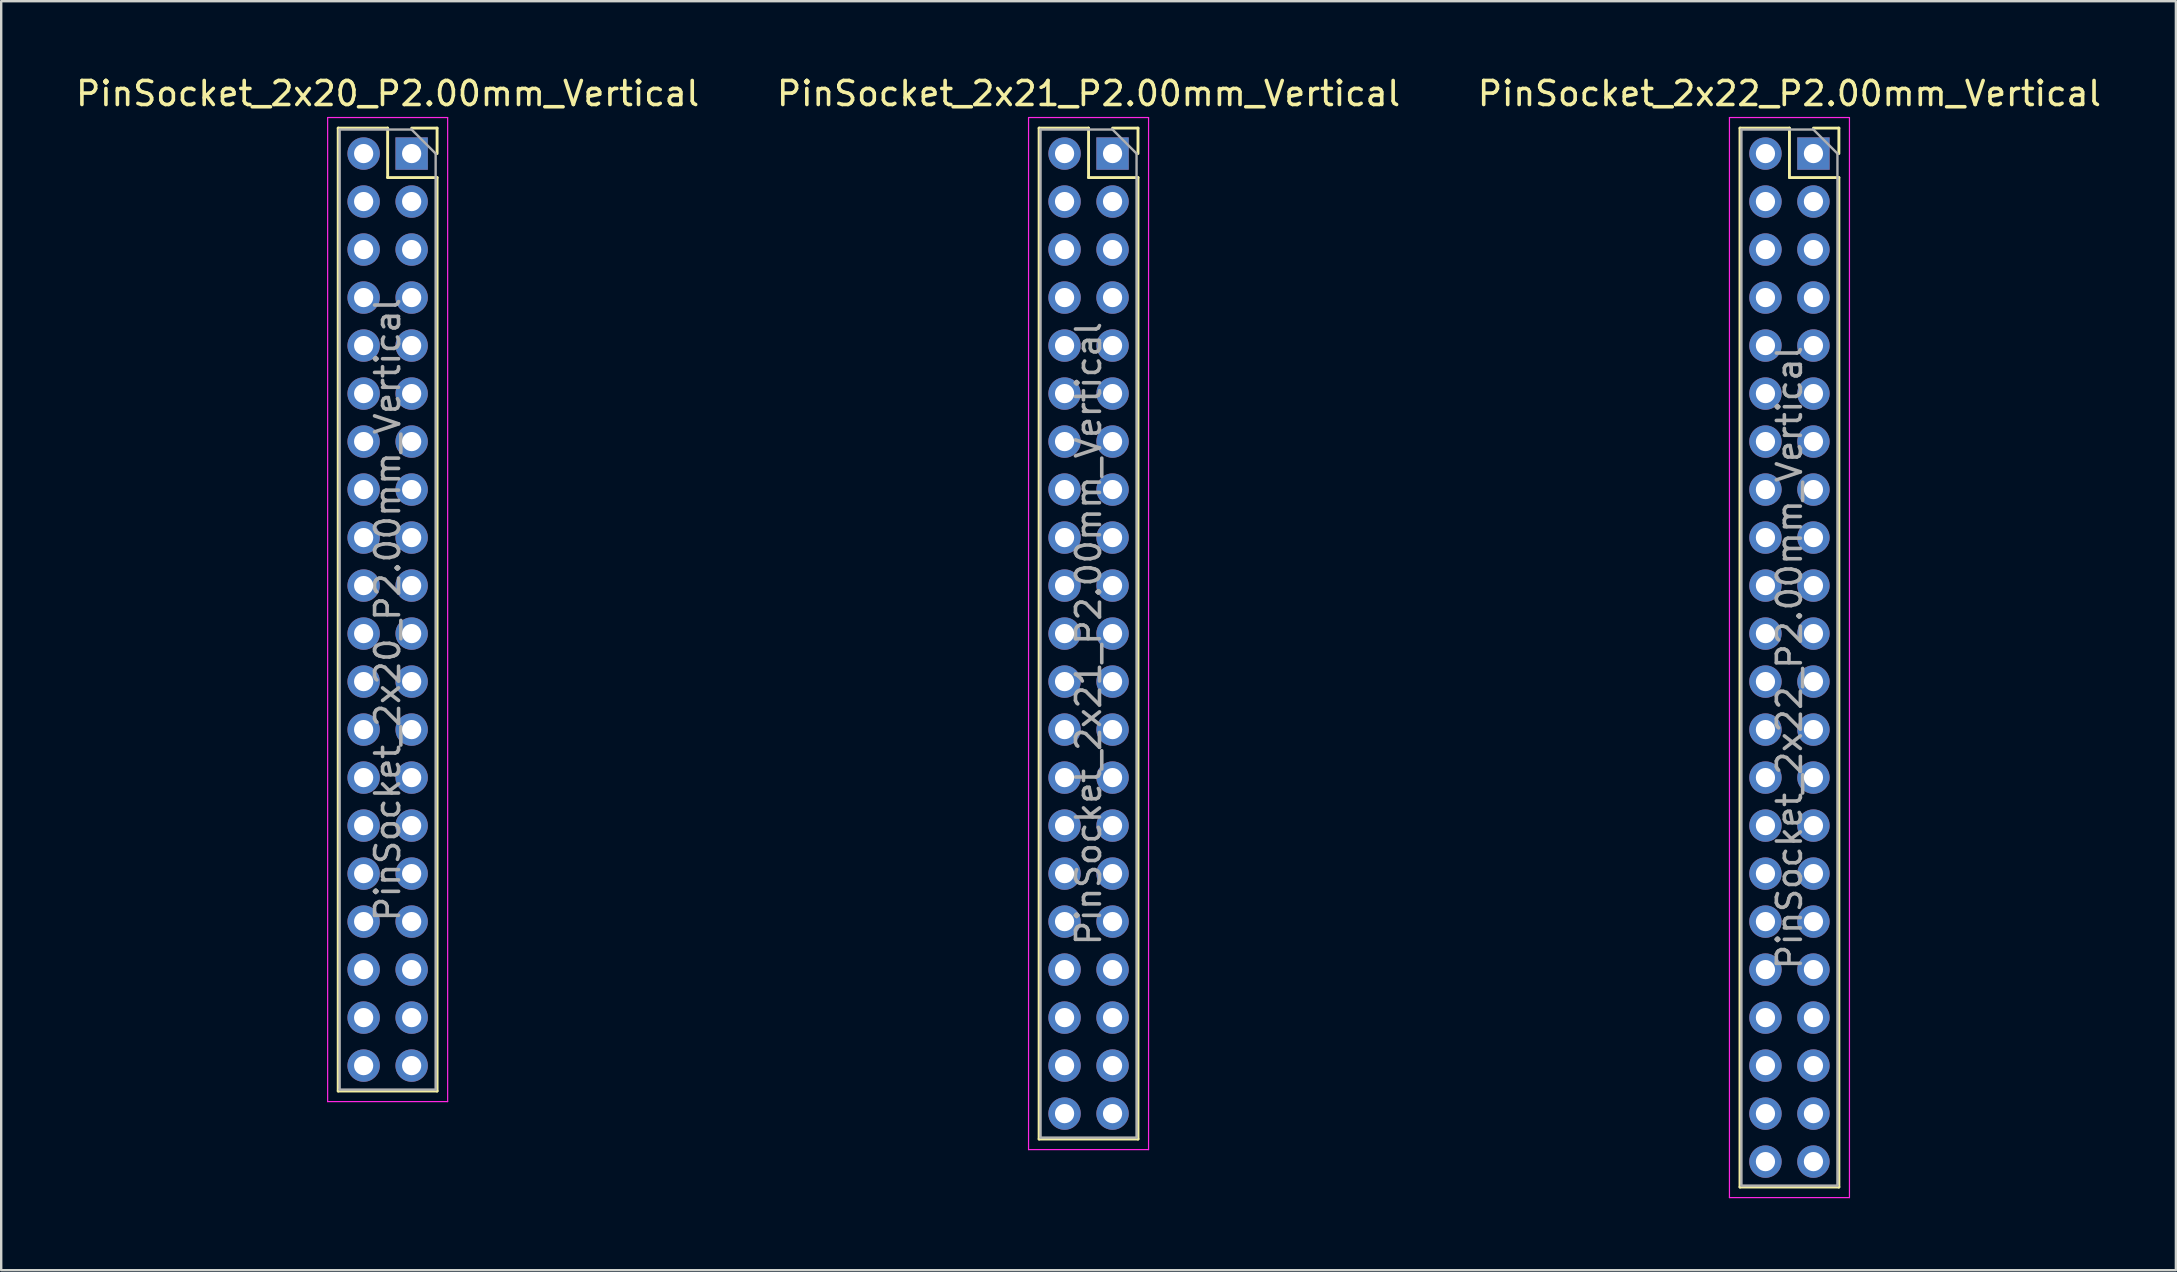
<source format=kicad_pcb>
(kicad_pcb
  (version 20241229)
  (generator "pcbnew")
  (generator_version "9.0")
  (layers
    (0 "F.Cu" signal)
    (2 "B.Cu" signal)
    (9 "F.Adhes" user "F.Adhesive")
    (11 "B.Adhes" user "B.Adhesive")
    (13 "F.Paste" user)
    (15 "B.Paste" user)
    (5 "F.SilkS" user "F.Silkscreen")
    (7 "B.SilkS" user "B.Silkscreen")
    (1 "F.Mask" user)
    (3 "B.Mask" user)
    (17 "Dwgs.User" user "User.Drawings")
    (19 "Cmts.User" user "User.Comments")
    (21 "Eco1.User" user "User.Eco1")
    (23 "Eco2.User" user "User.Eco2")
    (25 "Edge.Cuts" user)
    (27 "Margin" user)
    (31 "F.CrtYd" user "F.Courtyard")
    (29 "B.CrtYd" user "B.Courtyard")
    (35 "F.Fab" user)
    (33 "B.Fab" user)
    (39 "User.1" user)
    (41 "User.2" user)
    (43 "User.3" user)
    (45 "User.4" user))
  (footprint "PinSocket_2x22_P2.00mm_Vertical"
    (layer "F.Cu")
    (at 72.506 3.348)
    (property "Reference" "PinSocket_2x22_P2.00mm_Vertical" (at -1 -2.5 0) (layer "F.SilkS") (effects (font (size 1 1) (thickness 0.15))))
    (attr through_hole)
    (fp_line (start -3.06 -1.06) (end -3.06 43.06) (stroke (width 0.12) (type solid)) (layer "F.SilkS"))
    (fp_line (start -3.06 -1.06) (end -1 -1.06) (stroke (width 0.12) (type solid)) (layer "F.SilkS"))
    (fp_line (start -3.06 43.06) (end 1.06 43.06) (stroke (width 0.12) (type solid)) (layer "F.SilkS"))
    (fp_line (start -1 -1.06) (end -1 1) (stroke (width 0.12) (type solid)) (layer "F.SilkS"))
    (fp_line (start -1 1) (end 1.06 1) (stroke (width 0.12) (type solid)) (layer "F.SilkS"))
    (fp_line (start 0 -1.06) (end 1.06 -1.06) (stroke (width 0.12) (type solid)) (layer "F.SilkS"))
    (fp_line (start 1.06 -1.06) (end 1.06 0) (stroke (width 0.12) (type solid)) (layer "F.SilkS"))
    (fp_line (start 1.06 1) (end 1.06 43.06) (stroke (width 0.12) (type solid)) (layer "F.SilkS"))
    (fp_line (start -3.5 -1.5) (end 1.5 -1.5) (stroke (width 0.05) (type solid)) (layer "F.CrtYd"))
    (fp_line (start -3.5 43.5) (end -3.5 -1.5) (stroke (width 0.05) (type solid)) (layer "F.CrtYd"))
    (fp_line (start 1.5 -1.5) (end 1.5 43.5) (stroke (width 0.05) (type solid)) (layer "F.CrtYd"))
    (fp_line (start 1.5 43.5) (end -3.5 43.5) (stroke (width 0.05) (type solid)) (layer "F.CrtYd"))
    (fp_line (start -3 -1) (end 0 -1) (stroke (width 0.1) (type solid)) (layer "F.Fab"))
    (fp_line (start -3 43) (end -3 -1) (stroke (width 0.1) (type solid)) (layer "F.Fab"))
    (fp_line (start 0 -1) (end 1 0) (stroke (width 0.1) (type solid)) (layer "F.Fab"))
    (fp_line (start 1 0) (end 1 43) (stroke (width 0.1) (type solid)) (layer "F.Fab"))
    (fp_line (start 1 43) (end -3 43) (stroke (width 0.1) (type solid)) (layer "F.Fab"))
    (fp_text user "${REFERENCE}" (at -1 21 90) (layer "F.Fab") (effects (font (size 1 1) (thickness 0.15))))
    (pad "1" thru_hole rect (at 0 0) (size 1.35 1.35) (drill 0.8) (layers "*.Cu" "*.Mask"))
    (pad "2" thru_hole circle (at -2 0) (size 1.35 1.35) (drill 0.8) (layers "*.Cu" "*.Mask"))
    (pad "3" thru_hole circle (at 0 2) (size 1.35 1.35) (drill 0.8) (layers "*.Cu" "*.Mask"))
    (pad "4" thru_hole circle (at -2 2) (size 1.35 1.35) (drill 0.8) (layers "*.Cu" "*.Mask"))
    (pad "5" thru_hole circle (at 0 4) (size 1.35 1.35) (drill 0.8) (layers "*.Cu" "*.Mask"))
    (pad "6" thru_hole circle (at -2 4) (size 1.35 1.35) (drill 0.8) (layers "*.Cu" "*.Mask"))
    (pad "7" thru_hole circle (at 0 6) (size 1.35 1.35) (drill 0.8) (layers "*.Cu" "*.Mask"))
    (pad "8" thru_hole circle (at -2 6) (size 1.35 1.35) (drill 0.8) (layers "*.Cu" "*.Mask"))
    (pad "9" thru_hole circle (at 0 8) (size 1.35 1.35) (drill 0.8) (layers "*.Cu" "*.Mask"))
    (pad "10" thru_hole circle (at -2 8) (size 1.35 1.35) (drill 0.8) (layers "*.Cu" "*.Mask"))
    (pad "11" thru_hole circle (at 0 10) (size 1.35 1.35) (drill 0.8) (layers "*.Cu" "*.Mask"))
    (pad "12" thru_hole circle (at -2 10) (size 1.35 1.35) (drill 0.8) (layers "*.Cu" "*.Mask"))
    (pad "13" thru_hole circle (at 0 12) (size 1.35 1.35) (drill 0.8) (layers "*.Cu" "*.Mask"))
    (pad "14" thru_hole circle (at -2 12) (size 1.35 1.35) (drill 0.8) (layers "*.Cu" "*.Mask"))
    (pad "15" thru_hole circle (at 0 14) (size 1.35 1.35) (drill 0.8) (layers "*.Cu" "*.Mask"))
    (pad "16" thru_hole circle (at -2 14) (size 1.35 1.35) (drill 0.8) (layers "*.Cu" "*.Mask"))
    (pad "17" thru_hole circle (at 0 16) (size 1.35 1.35) (drill 0.8) (layers "*.Cu" "*.Mask"))
    (pad "18" thru_hole circle (at -2 16) (size 1.35 1.35) (drill 0.8) (layers "*.Cu" "*.Mask"))
    (pad "19" thru_hole circle (at 0 18) (size 1.35 1.35) (drill 0.8) (layers "*.Cu" "*.Mask"))
    (pad "20" thru_hole circle (at -2 18) (size 1.35 1.35) (drill 0.8) (layers "*.Cu" "*.Mask"))
    (pad "21" thru_hole circle (at 0 20) (size 1.35 1.35) (drill 0.8) (layers "*.Cu" "*.Mask"))
    (pad "22" thru_hole circle (at -2 20) (size 1.35 1.35) (drill 0.8) (layers "*.Cu" "*.Mask"))
    (pad "23" thru_hole circle (at 0 22) (size 1.35 1.35) (drill 0.8) (layers "*.Cu" "*.Mask"))
    (pad "24" thru_hole circle (at -2 22) (size 1.35 1.35) (drill 0.8) (layers "*.Cu" "*.Mask"))
    (pad "25" thru_hole circle (at 0 24) (size 1.35 1.35) (drill 0.8) (layers "*.Cu" "*.Mask"))
    (pad "26" thru_hole circle (at -2 24) (size 1.35 1.35) (drill 0.8) (layers "*.Cu" "*.Mask"))
    (pad "27" thru_hole circle (at 0 26) (size 1.35 1.35) (drill 0.8) (layers "*.Cu" "*.Mask"))
    (pad "28" thru_hole circle (at -2 26) (size 1.35 1.35) (drill 0.8) (layers "*.Cu" "*.Mask"))
    (pad "29" thru_hole circle (at 0 28) (size 1.35 1.35) (drill 0.8) (layers "*.Cu" "*.Mask"))
    (pad "30" thru_hole circle (at -2 28) (size 1.35 1.35) (drill 0.8) (layers "*.Cu" "*.Mask"))
    (pad "31" thru_hole circle (at 0 30) (size 1.35 1.35) (drill 0.8) (layers "*.Cu" "*.Mask"))
    (pad "32" thru_hole circle (at -2 30) (size 1.35 1.35) (drill 0.8) (layers "*.Cu" "*.Mask"))
    (pad "33" thru_hole circle (at 0 32) (size 1.35 1.35) (drill 0.8) (layers "*.Cu" "*.Mask"))
    (pad "34" thru_hole circle (at -2 32) (size 1.35 1.35) (drill 0.8) (layers "*.Cu" "*.Mask"))
    (pad "35" thru_hole circle (at 0 34) (size 1.35 1.35) (drill 0.8) (layers "*.Cu" "*.Mask"))
    (pad "36" thru_hole circle (at -2 34) (size 1.35 1.35) (drill 0.8) (layers "*.Cu" "*.Mask"))
    (pad "37" thru_hole circle (at 0 36) (size 1.35 1.35) (drill 0.8) (layers "*.Cu" "*.Mask"))
    (pad "38" thru_hole circle (at -2 36) (size 1.35 1.35) (drill 0.8) (layers "*.Cu" "*.Mask"))
    (pad "39" thru_hole circle (at 0 38) (size 1.35 1.35) (drill 0.8) (layers "*.Cu" "*.Mask"))
    (pad "40" thru_hole circle (at -2 38) (size 1.35 1.35) (drill 0.8) (layers "*.Cu" "*.Mask"))
    (pad "41" thru_hole circle (at 0 40) (size 1.35 1.35) (drill 0.8) (layers "*.Cu" "*.Mask"))
    (pad "42" thru_hole circle (at -2 40) (size 1.35 1.35) (drill 0.8) (layers "*.Cu" "*.Mask"))
    (pad "43" thru_hole circle (at 0 42) (size 1.35 1.35) (drill 0.8) (layers "*.Cu" "*.Mask"))
    (pad "44" thru_hole circle (at -2 42) (size 1.35 1.35) (drill 0.8) (layers "*.Cu" "*.Mask")))
  (footprint "PinSocket_2x20_P2.00mm_Vertical"
    (layer "F.Cu")
    (at 14.101 3.348)
    (property "Reference" "PinSocket_2x20_P2.00mm_Vertical" (at -1 -2.5 0) (layer "F.SilkS") (effects (font (size 1 1) (thickness 0.15))))
    (attr through_hole)
    (fp_line (start -3.06 -1.06) (end -3.06 39.06) (stroke (width 0.12) (type solid)) (layer "F.SilkS"))
    (fp_line (start -3.06 -1.06) (end -1 -1.06) (stroke (width 0.12) (type solid)) (layer "F.SilkS"))
    (fp_line (start -3.06 39.06) (end 1.06 39.06) (stroke (width 0.12) (type solid)) (layer "F.SilkS"))
    (fp_line (start -1 -1.06) (end -1 1) (stroke (width 0.12) (type solid)) (layer "F.SilkS"))
    (fp_line (start -1 1) (end 1.06 1) (stroke (width 0.12) (type solid)) (layer "F.SilkS"))
    (fp_line (start 0 -1.06) (end 1.06 -1.06) (stroke (width 0.12) (type solid)) (layer "F.SilkS"))
    (fp_line (start 1.06 -1.06) (end 1.06 0) (stroke (width 0.12) (type solid)) (layer "F.SilkS"))
    (fp_line (start 1.06 1) (end 1.06 39.06) (stroke (width 0.12) (type solid)) (layer "F.SilkS"))
    (fp_line (start -3.5 -1.5) (end 1.5 -1.5) (stroke (width 0.05) (type solid)) (layer "F.CrtYd"))
    (fp_line (start -3.5 39.5) (end -3.5 -1.5) (stroke (width 0.05) (type solid)) (layer "F.CrtYd"))
    (fp_line (start 1.5 -1.5) (end 1.5 39.5) (stroke (width 0.05) (type solid)) (layer "F.CrtYd"))
    (fp_line (start 1.5 39.5) (end -3.5 39.5) (stroke (width 0.05) (type solid)) (layer "F.CrtYd"))
    (fp_line (start -3 -1) (end 0 -1) (stroke (width 0.1) (type solid)) (layer "F.Fab"))
    (fp_line (start -3 39) (end -3 -1) (stroke (width 0.1) (type solid)) (layer "F.Fab"))
    (fp_line (start 0 -1) (end 1 0) (stroke (width 0.1) (type solid)) (layer "F.Fab"))
    (fp_line (start 1 0) (end 1 39) (stroke (width 0.1) (type solid)) (layer "F.Fab"))
    (fp_line (start 1 39) (end -3 39) (stroke (width 0.1) (type solid)) (layer "F.Fab"))
    (fp_text user "${REFERENCE}" (at -1 19 90) (layer "F.Fab") (effects (font (size 1 1) (thickness 0.15))))
    (pad "1" thru_hole rect (at 0 0) (size 1.35 1.35) (drill 0.8) (layers "*.Cu" "*.Mask"))
    (pad "2" thru_hole circle (at -2 0) (size 1.35 1.35) (drill 0.8) (layers "*.Cu" "*.Mask"))
    (pad "3" thru_hole circle (at 0 2) (size 1.35 1.35) (drill 0.8) (layers "*.Cu" "*.Mask"))
    (pad "4" thru_hole circle (at -2 2) (size 1.35 1.35) (drill 0.8) (layers "*.Cu" "*.Mask"))
    (pad "5" thru_hole circle (at 0 4) (size 1.35 1.35) (drill 0.8) (layers "*.Cu" "*.Mask"))
    (pad "6" thru_hole circle (at -2 4) (size 1.35 1.35) (drill 0.8) (layers "*.Cu" "*.Mask"))
    (pad "7" thru_hole circle (at 0 6) (size 1.35 1.35) (drill 0.8) (layers "*.Cu" "*.Mask"))
    (pad "8" thru_hole circle (at -2 6) (size 1.35 1.35) (drill 0.8) (layers "*.Cu" "*.Mask"))
    (pad "9" thru_hole circle (at 0 8) (size 1.35 1.35) (drill 0.8) (layers "*.Cu" "*.Mask"))
    (pad "10" thru_hole circle (at -2 8) (size 1.35 1.35) (drill 0.8) (layers "*.Cu" "*.Mask"))
    (pad "11" thru_hole circle (at 0 10) (size 1.35 1.35) (drill 0.8) (layers "*.Cu" "*.Mask"))
    (pad "12" thru_hole circle (at -2 10) (size 1.35 1.35) (drill 0.8) (layers "*.Cu" "*.Mask"))
    (pad "13" thru_hole circle (at 0 12) (size 1.35 1.35) (drill 0.8) (layers "*.Cu" "*.Mask"))
    (pad "14" thru_hole circle (at -2 12) (size 1.35 1.35) (drill 0.8) (layers "*.Cu" "*.Mask"))
    (pad "15" thru_hole circle (at 0 14) (size 1.35 1.35) (drill 0.8) (layers "*.Cu" "*.Mask"))
    (pad "16" thru_hole circle (at -2 14) (size 1.35 1.35) (drill 0.8) (layers "*.Cu" "*.Mask"))
    (pad "17" thru_hole circle (at 0 16) (size 1.35 1.35) (drill 0.8) (layers "*.Cu" "*.Mask"))
    (pad "18" thru_hole circle (at -2 16) (size 1.35 1.35) (drill 0.8) (layers "*.Cu" "*.Mask"))
    (pad "19" thru_hole circle (at 0 18) (size 1.35 1.35) (drill 0.8) (layers "*.Cu" "*.Mask"))
    (pad "20" thru_hole circle (at -2 18) (size 1.35 1.35) (drill 0.8) (layers "*.Cu" "*.Mask"))
    (pad "21" thru_hole circle (at 0 20) (size 1.35 1.35) (drill 0.8) (layers "*.Cu" "*.Mask"))
    (pad "22" thru_hole circle (at -2 20) (size 1.35 1.35) (drill 0.8) (layers "*.Cu" "*.Mask"))
    (pad "23" thru_hole circle (at 0 22) (size 1.35 1.35) (drill 0.8) (layers "*.Cu" "*.Mask"))
    (pad "24" thru_hole circle (at -2 22) (size 1.35 1.35) (drill 0.8) (layers "*.Cu" "*.Mask"))
    (pad "25" thru_hole circle (at 0 24) (size 1.35 1.35) (drill 0.8) (layers "*.Cu" "*.Mask"))
    (pad "26" thru_hole circle (at -2 24) (size 1.35 1.35) (drill 0.8) (layers "*.Cu" "*.Mask"))
    (pad "27" thru_hole circle (at 0 26) (size 1.35 1.35) (drill 0.8) (layers "*.Cu" "*.Mask"))
    (pad "28" thru_hole circle (at -2 26) (size 1.35 1.35) (drill 0.8) (layers "*.Cu" "*.Mask"))
    (pad "29" thru_hole circle (at 0 28) (size 1.35 1.35) (drill 0.8) (layers "*.Cu" "*.Mask"))
    (pad "30" thru_hole circle (at -2 28) (size 1.35 1.35) (drill 0.8) (layers "*.Cu" "*.Mask"))
    (pad "31" thru_hole circle (at 0 30) (size 1.35 1.35) (drill 0.8) (layers "*.Cu" "*.Mask"))
    (pad "32" thru_hole circle (at -2 30) (size 1.35 1.35) (drill 0.8) (layers "*.Cu" "*.Mask"))
    (pad "33" thru_hole circle (at 0 32) (size 1.35 1.35) (drill 0.8) (layers "*.Cu" "*.Mask"))
    (pad "34" thru_hole circle (at -2 32) (size 1.35 1.35) (drill 0.8) (layers "*.Cu" "*.Mask"))
    (pad "35" thru_hole circle (at 0 34) (size 1.35 1.35) (drill 0.8) (layers "*.Cu" "*.Mask"))
    (pad "36" thru_hole circle (at -2 34) (size 1.35 1.35) (drill 0.8) (layers "*.Cu" "*.Mask"))
    (pad "37" thru_hole circle (at 0 36) (size 1.35 1.35) (drill 0.8) (layers "*.Cu" "*.Mask"))
    (pad "38" thru_hole circle (at -2 36) (size 1.35 1.35) (drill 0.8) (layers "*.Cu" "*.Mask"))
    (pad "39" thru_hole circle (at 0 38) (size 1.35 1.35) (drill 0.8) (layers "*.Cu" "*.Mask"))
    (pad "40" thru_hole circle (at -2 38) (size 1.35 1.35) (drill 0.8) (layers "*.Cu" "*.Mask")))
  (footprint "PinSocket_2x21_P2.00mm_Vertical"
    (layer "F.Cu")
    (at 43.304 3.348)
    (property "Reference" "PinSocket_2x21_P2.00mm_Vertical" (at -1 -2.5 0) (layer "F.SilkS") (effects (font (size 1 1) (thickness 0.15))))
    (attr through_hole)
    (fp_line (start -3.06 -1.06) (end -3.06 41.06) (stroke (width 0.12) (type solid)) (layer "F.SilkS"))
    (fp_line (start -3.06 -1.06) (end -1 -1.06) (stroke (width 0.12) (type solid)) (layer "F.SilkS"))
    (fp_line (start -3.06 41.06) (end 1.06 41.06) (stroke (width 0.12) (type solid)) (layer "F.SilkS"))
    (fp_line (start -1 -1.06) (end -1 1) (stroke (width 0.12) (type solid)) (layer "F.SilkS"))
    (fp_line (start -1 1) (end 1.06 1) (stroke (width 0.12) (type solid)) (layer "F.SilkS"))
    (fp_line (start 0 -1.06) (end 1.06 -1.06) (stroke (width 0.12) (type solid)) (layer "F.SilkS"))
    (fp_line (start 1.06 -1.06) (end 1.06 0) (stroke (width 0.12) (type solid)) (layer "F.SilkS"))
    (fp_line (start 1.06 1) (end 1.06 41.06) (stroke (width 0.12) (type solid)) (layer "F.SilkS"))
    (fp_line (start -3.5 -1.5) (end 1.5 -1.5) (stroke (width 0.05) (type solid)) (layer "F.CrtYd"))
    (fp_line (start -3.5 41.5) (end -3.5 -1.5) (stroke (width 0.05) (type solid)) (layer "F.CrtYd"))
    (fp_line (start 1.5 -1.5) (end 1.5 41.5) (stroke (width 0.05) (type solid)) (layer "F.CrtYd"))
    (fp_line (start 1.5 41.5) (end -3.5 41.5) (stroke (width 0.05) (type solid)) (layer "F.CrtYd"))
    (fp_line (start -3 -1) (end 0 -1) (stroke (width 0.1) (type solid)) (layer "F.Fab"))
    (fp_line (start -3 41) (end -3 -1) (stroke (width 0.1) (type solid)) (layer "F.Fab"))
    (fp_line (start 0 -1) (end 1 0) (stroke (width 0.1) (type solid)) (layer "F.Fab"))
    (fp_line (start 1 0) (end 1 41) (stroke (width 0.1) (type solid)) (layer "F.Fab"))
    (fp_line (start 1 41) (end -3 41) (stroke (width 0.1) (type solid)) (layer "F.Fab"))
    (fp_text user "${REFERENCE}" (at -1 20 90) (layer "F.Fab") (effects (font (size 1 1) (thickness 0.15))))
    (pad "1" thru_hole rect (at 0 0) (size 1.35 1.35) (drill 0.8) (layers "*.Cu" "*.Mask"))
    (pad "2" thru_hole circle (at -2 0) (size 1.35 1.35) (drill 0.8) (layers "*.Cu" "*.Mask"))
    (pad "3" thru_hole circle (at 0 2) (size 1.35 1.35) (drill 0.8) (layers "*.Cu" "*.Mask"))
    (pad "4" thru_hole circle (at -2 2) (size 1.35 1.35) (drill 0.8) (layers "*.Cu" "*.Mask"))
    (pad "5" thru_hole circle (at 0 4) (size 1.35 1.35) (drill 0.8) (layers "*.Cu" "*.Mask"))
    (pad "6" thru_hole circle (at -2 4) (size 1.35 1.35) (drill 0.8) (layers "*.Cu" "*.Mask"))
    (pad "7" thru_hole circle (at 0 6) (size 1.35 1.35) (drill 0.8) (layers "*.Cu" "*.Mask"))
    (pad "8" thru_hole circle (at -2 6) (size 1.35 1.35) (drill 0.8) (layers "*.Cu" "*.Mask"))
    (pad "9" thru_hole circle (at 0 8) (size 1.35 1.35) (drill 0.8) (layers "*.Cu" "*.Mask"))
    (pad "10" thru_hole circle (at -2 8) (size 1.35 1.35) (drill 0.8) (layers "*.Cu" "*.Mask"))
    (pad "11" thru_hole circle (at 0 10) (size 1.35 1.35) (drill 0.8) (layers "*.Cu" "*.Mask"))
    (pad "12" thru_hole circle (at -2 10) (size 1.35 1.35) (drill 0.8) (layers "*.Cu" "*.Mask"))
    (pad "13" thru_hole circle (at 0 12) (size 1.35 1.35) (drill 0.8) (layers "*.Cu" "*.Mask"))
    (pad "14" thru_hole circle (at -2 12) (size 1.35 1.35) (drill 0.8) (layers "*.Cu" "*.Mask"))
    (pad "15" thru_hole circle (at 0 14) (size 1.35 1.35) (drill 0.8) (layers "*.Cu" "*.Mask"))
    (pad "16" thru_hole circle (at -2 14) (size 1.35 1.35) (drill 0.8) (layers "*.Cu" "*.Mask"))
    (pad "17" thru_hole circle (at 0 16) (size 1.35 1.35) (drill 0.8) (layers "*.Cu" "*.Mask"))
    (pad "18" thru_hole circle (at -2 16) (size 1.35 1.35) (drill 0.8) (layers "*.Cu" "*.Mask"))
    (pad "19" thru_hole circle (at 0 18) (size 1.35 1.35) (drill 0.8) (layers "*.Cu" "*.Mask"))
    (pad "20" thru_hole circle (at -2 18) (size 1.35 1.35) (drill 0.8) (layers "*.Cu" "*.Mask"))
    (pad "21" thru_hole circle (at 0 20) (size 1.35 1.35) (drill 0.8) (layers "*.Cu" "*.Mask"))
    (pad "22" thru_hole circle (at -2 20) (size 1.35 1.35) (drill 0.8) (layers "*.Cu" "*.Mask"))
    (pad "23" thru_hole circle (at 0 22) (size 1.35 1.35) (drill 0.8) (layers "*.Cu" "*.Mask"))
    (pad "24" thru_hole circle (at -2 22) (size 1.35 1.35) (drill 0.8) (layers "*.Cu" "*.Mask"))
    (pad "25" thru_hole circle (at 0 24) (size 1.35 1.35) (drill 0.8) (layers "*.Cu" "*.Mask"))
    (pad "26" thru_hole circle (at -2 24) (size 1.35 1.35) (drill 0.8) (layers "*.Cu" "*.Mask"))
    (pad "27" thru_hole circle (at 0 26) (size 1.35 1.35) (drill 0.8) (layers "*.Cu" "*.Mask"))
    (pad "28" thru_hole circle (at -2 26) (size 1.35 1.35) (drill 0.8) (layers "*.Cu" "*.Mask"))
    (pad "29" thru_hole circle (at 0 28) (size 1.35 1.35) (drill 0.8) (layers "*.Cu" "*.Mask"))
    (pad "30" thru_hole circle (at -2 28) (size 1.35 1.35) (drill 0.8) (layers "*.Cu" "*.Mask"))
    (pad "31" thru_hole circle (at 0 30) (size 1.35 1.35) (drill 0.8) (layers "*.Cu" "*.Mask"))
    (pad "32" thru_hole circle (at -2 30) (size 1.35 1.35) (drill 0.8) (layers "*.Cu" "*.Mask"))
    (pad "33" thru_hole circle (at 0 32) (size 1.35 1.35) (drill 0.8) (layers "*.Cu" "*.Mask"))
    (pad "34" thru_hole circle (at -2 32) (size 1.35 1.35) (drill 0.8) (layers "*.Cu" "*.Mask"))
    (pad "35" thru_hole circle (at 0 34) (size 1.35 1.35) (drill 0.8) (layers "*.Cu" "*.Mask"))
    (pad "36" thru_hole circle (at -2 34) (size 1.35 1.35) (drill 0.8) (layers "*.Cu" "*.Mask"))
    (pad "37" thru_hole circle (at 0 36) (size 1.35 1.35) (drill 0.8) (layers "*.Cu" "*.Mask"))
    (pad "38" thru_hole circle (at -2 36) (size 1.35 1.35) (drill 0.8) (layers "*.Cu" "*.Mask"))
    (pad "39" thru_hole circle (at 0 38) (size 1.35 1.35) (drill 0.8) (layers "*.Cu" "*.Mask"))
    (pad "40" thru_hole circle (at -2 38) (size 1.35 1.35) (drill 0.8) (layers "*.Cu" "*.Mask"))
    (pad "41" thru_hole circle (at 0 40) (size 1.35 1.35) (drill 0.8) (layers "*.Cu" "*.Mask"))
    (pad "42" thru_hole circle (at -2 40) (size 1.35 1.35) (drill 0.8) (layers "*.Cu" "*.Mask")))
  (gr_rect
    (start -3 -3)
    (end 87.607 49.873)
    (stroke (width 0.1) (type default))
    (fill no)
    (layer "Edge.Cuts")))
</source>
